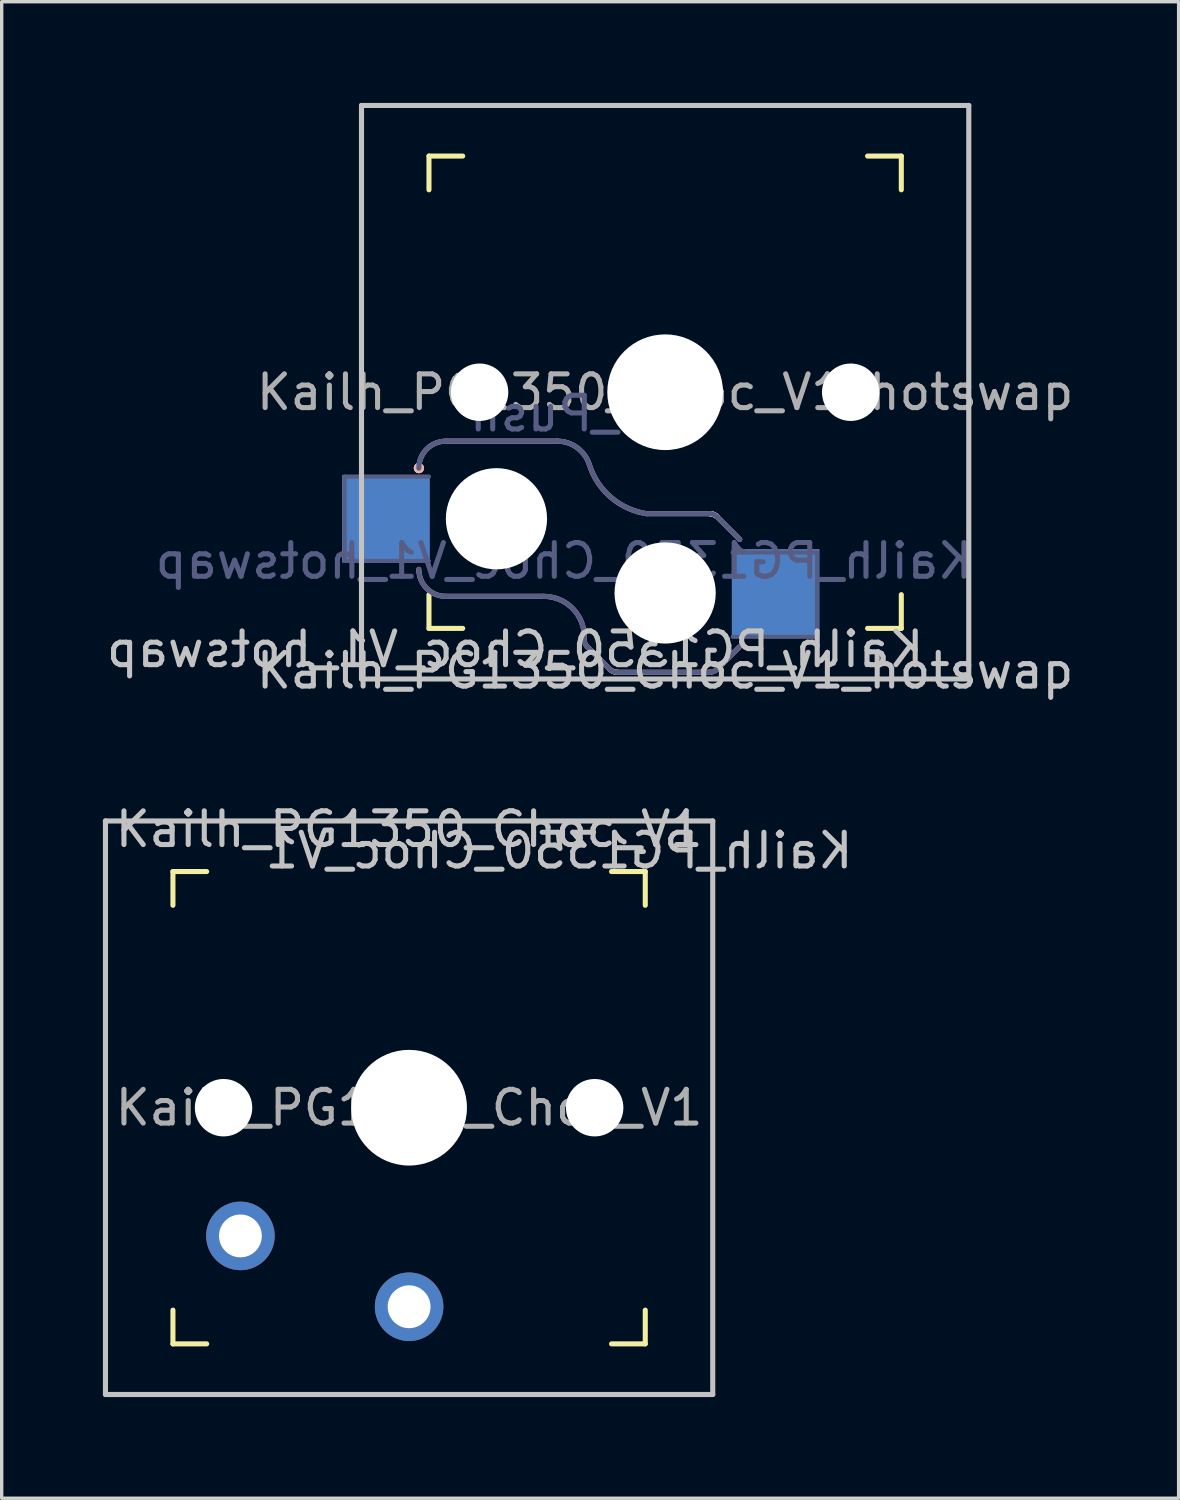
<source format=kicad_pcb>
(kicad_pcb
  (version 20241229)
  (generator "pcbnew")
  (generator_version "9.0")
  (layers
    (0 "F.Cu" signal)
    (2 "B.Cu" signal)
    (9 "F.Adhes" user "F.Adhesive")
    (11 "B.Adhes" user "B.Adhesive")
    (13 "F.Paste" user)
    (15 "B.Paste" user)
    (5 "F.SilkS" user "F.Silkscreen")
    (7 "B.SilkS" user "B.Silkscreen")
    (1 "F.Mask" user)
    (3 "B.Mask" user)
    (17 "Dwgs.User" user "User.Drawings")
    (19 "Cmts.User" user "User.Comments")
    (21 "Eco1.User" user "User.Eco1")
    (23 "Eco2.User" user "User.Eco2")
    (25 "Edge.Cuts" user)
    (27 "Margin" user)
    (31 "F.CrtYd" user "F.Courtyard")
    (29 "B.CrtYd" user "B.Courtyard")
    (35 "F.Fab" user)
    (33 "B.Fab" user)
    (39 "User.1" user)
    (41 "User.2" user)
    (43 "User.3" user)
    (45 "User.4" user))
  (footprint "Kailh_PG1350_Choc_V1_hotswap"
    (layer "F.Cu")
    (at 16.665 8.576)
    (property "Reference" "Kailh_PG1350_Choc_V1_hotswap" (at 0 8.255 180) (layer "Dwgs.User") (effects (font (size 1 1) (thickness 0.15))))
    (property "Value" "SW_Push" (at 0 -8.25 180) (layer "F.Fab") (hide yes) (effects (font (size 1 1) (thickness 0.15))))
    (attr through_hole)
    (fp_line (start -7 -6) (end -7 -7) (stroke (width 0.15) (type solid)) (layer "F.SilkS"))
    (fp_line (start -7 7) (end -7 6) (stroke (width 0.15) (type solid)) (layer "F.SilkS"))
    (fp_line (start -7 7) (end -6 7) (stroke (width 0.15) (type solid)) (layer "F.SilkS"))
    (fp_line (start -6 -7) (end -7 -7) (stroke (width 0.15) (type solid)) (layer "F.SilkS"))
    (fp_line (start 6 7) (end 7 7) (stroke (width 0.15) (type solid)) (layer "F.SilkS"))
    (fp_line (start 7 -7) (end 6 -7) (stroke (width 0.15) (type solid)) (layer "F.SilkS"))
    (fp_line (start 7 -7) (end 7 -6) (stroke (width 0.15) (type solid)) (layer "F.SilkS"))
    (fp_line (start 7 6) (end 7 7) (stroke (width 0.15) (type solid)) (layer "F.SilkS"))
    (fp_line (start -6.5 6.05) (end -3.6 6.05) (stroke (width 0.15) (type default)) (layer "B.SilkS"))
    (fp_line (start -3.2 1.45) (end -6.5 1.45) (stroke (width 0.15) (type default)) (layer "B.SilkS"))
    (fp_line (start -2.4 7.15) (end -2.4 7.326) (stroke (width 0.15) (type default)) (layer "B.SilkS"))
    (fp_line (start -2.312 7.538) (end -1.638 8.212) (stroke (width 0.15) (type default)) (layer "B.SilkS"))
    (fp_line (start -1.426 8.3) (end 1.326 8.3) (stroke (width 0.15) (type default)) (layer "B.SilkS"))
    (fp_line (start 1.326 3.6) (end -0.55 3.6) (stroke (width 0.15) (type default)) (layer "B.SilkS"))
    (fp_line (start 1.538 8.212) (end 2.2 7.55) (stroke (width 0.15) (type default)) (layer "B.SilkS"))
    (fp_line (start 2.212 4.362) (end 1.538 3.688) (stroke (width 0.15) (type default)) (layer "B.SilkS"))
    (fp_arc (start -7.3 2.249994) (mid -7.3 2.249994) (end -7.3 2.249994) (stroke (width 0.15) (type default)) (layer "B.SilkS"))
    (fp_arc (start -7.3 2.249994) (mid -7.3 2.249994) (end -7.3 2.249994) (stroke (width 0.15) (type default)) (layer "B.SilkS"))
    (fp_arc (start -7.3 2.25) (mid -7.3 2.25) (end -7.3 2.25) (stroke (width 0.15) (type default)) (layer "B.SilkS"))
    (fp_arc (start -7.3 2.25) (mid -7.3 2.25) (end -7.3 2.25) (stroke (width 0.15) (type default)) (layer "B.SilkS"))
    (fp_arc (start -7.3 2.25) (mid -7.065685 1.684315) (end -6.5 1.45) (stroke (width 0.15) (type default)) (layer "B.SilkS"))
    (fp_arc (start -6.5 6.05) (mid -7.065685 5.815685) (end -7.3 5.249999) (stroke (width 0.15) (type default)) (layer "B.SilkS"))
    (fp_arc (start -3.6 6.05) (mid -2.786057 6.366612) (end -2.4 7.150006) (stroke (width 0.15) (type default)) (layer "B.SilkS"))
    (fp_arc (start -3.2 1.45) (mid -2.607856 1.643732) (end -2.244732 2.15) (stroke (width 0.15) (type default)) (layer "B.SilkS"))
    (fp_arc (start -2.312132 7.537868) (mid -2.377164 7.440542) (end -2.4 7.325737) (stroke (width 0.15) (type default)) (layer "B.SilkS"))
    (fp_arc (start -1.425737 8.299994) (mid -1.540542 8.277158) (end -1.637868 8.212126) (stroke (width 0.15) (type default)) (layer "B.SilkS"))
    (fp_arc (start -1.425737 8.3) (mid -1.540542 8.277164) (end -1.637868 8.212132) (stroke (width 0.15) (type default)) (layer "B.SilkS"))
    (fp_arc (start -1.425737 8.3) (mid -1.540541 8.277164) (end -1.637867 8.212133) (stroke (width 0.15) (type default)) (layer "B.SilkS"))
    (fp_arc (start -0.55 3.599998) (mid -1.604683 3.117308) (end -2.244732 2.15) (stroke (width 0.15) (type default)) (layer "B.SilkS"))
    (fp_arc (start 1.325736 3.599994) (mid 1.440539 3.622832) (end 1.537867 3.687861) (stroke (width 0.15) (type default)) (layer "B.SilkS"))
    (fp_arc (start 1.325736 3.599994) (mid 1.440542 3.622829) (end 1.537868 3.687862) (stroke (width 0.15) (type default)) (layer "B.SilkS"))
    (fp_arc (start 1.325736 3.599994) (mid 1.440542 3.622829) (end 1.537868 3.687862) (stroke (width 0.15) (type default)) (layer "B.SilkS"))
    (fp_arc (start 1.325736 3.6) (mid 1.440539 3.622838) (end 1.537867 3.687867) (stroke (width 0.15) (type default)) (layer "B.SilkS"))
    (fp_arc (start 1.325736 3.6) (mid 1.440542 3.622835) (end 1.537868 3.687868) (stroke (width 0.15) (type default)) (layer "B.SilkS"))
    (fp_arc (start 1.325736 3.6) (mid 1.440542 3.622835) (end 1.537868 3.687868) (stroke (width 0.15) (type default)) (layer "B.SilkS"))
    (fp_arc (start 1.325736 3.6) (mid 1.440542 3.622835) (end 1.537868 3.687868) (stroke (width 0.15) (type default)) (layer "B.SilkS"))
    (fp_arc (start 1.537867 8.212133) (mid 1.440541 8.277163) (end 1.325737 8.3) (stroke (width 0.15) (type default)) (layer "B.SilkS"))
    (fp_line (start -9 -8.5) (end 9 -8.5) (stroke (width 0.152) (type solid)) (layer "Dwgs.User"))
    (fp_line (start -9 8.5) (end -9 -8.5) (stroke (width 0.152) (type solid)) (layer "Dwgs.User"))
    (fp_line (start 9 -8.5) (end 9 8.5) (stroke (width 0.152) (type solid)) (layer "Dwgs.User"))
    (fp_line (start 9 8.5) (end -9 8.5) (stroke (width 0.152) (type solid)) (layer "Dwgs.User"))
    (fp_line (start -6.9 6.9) (end -6.9 -6.9) (stroke (width 0.15) (type solid)) (layer "Eco2.User"))
    (fp_line (start -6.9 6.9) (end 6.9 6.9) (stroke (width 0.15) (type solid)) (layer "Eco2.User"))
    (fp_line (start -2.6 -6.325) (end -2.6 -3.125) (stroke (width 0.15) (type solid)) (layer "Eco2.User"))
    (fp_line (start -2.6 -3.125) (end 2.6 -3.125) (stroke (width 0.15) (type solid)) (layer "Eco2.User"))
    (fp_line (start 2.6 -6.325) (end -2.6 -6.325) (stroke (width 0.15) (type solid)) (layer "Eco2.User"))
    (fp_line (start 2.6 -6.325) (end 2.6 -3.125) (stroke (width 0.15) (type solid)) (layer "Eco2.User"))
    (fp_line (start 6.9 -6.9) (end -6.9 -6.9) (stroke (width 0.15) (type solid)) (layer "Eco2.User"))
    (fp_line (start 6.9 -6.9) (end 6.9 6.9) (stroke (width 0.15) (type solid)) (layer "Eco2.User"))
    (fp_line (start -9.5 2.5) (end -7 2.5) (stroke (width 0.12) (type solid)) (layer "B.Fab"))
    (fp_line (start -9.5 5) (end -9.5 2.5) (stroke (width 0.12) (type solid)) (layer "B.Fab"))
    (fp_line (start -7 5) (end -9.5 5) (stroke (width 0.12) (type solid)) (layer "B.Fab"))
    (fp_line (start -6.5 6.05) (end -3.6 6.05) (stroke (width 0.15) (type solid)) (layer "B.Fab"))
    (fp_line (start -3.2 1.45) (end -6.5 1.45) (stroke (width 0.15) (type solid)) (layer "B.Fab"))
    (fp_line (start -2.4 7.15) (end -2.4 7.326) (stroke (width 0.15) (type solid)) (layer "B.Fab"))
    (fp_line (start -2.312 7.538) (end -1.638 8.212) (stroke (width 0.15) (type solid)) (layer "B.Fab"))
    (fp_line (start -1.426 8.3) (end 1.326 8.3) (stroke (width 0.15) (type solid)) (layer "B.Fab"))
    (fp_line (start 1.326 3.6) (end -0.55 3.6) (stroke (width 0.15) (type solid)) (layer "B.Fab"))
    (fp_line (start 1.538 8.212) (end 2.2 7.55) (stroke (width 0.15) (type solid)) (layer "B.Fab"))
    (fp_line (start 2 4.75) (end 4.5 4.75) (stroke (width 0.12) (type solid)) (layer "B.Fab"))
    (fp_line (start 2.212 4.362) (end 1.538 3.688) (stroke (width 0.15) (type solid)) (layer "B.Fab"))
    (fp_line (start 4.5 4.75) (end 4.5 7.25) (stroke (width 0.12) (type solid)) (layer "B.Fab"))
    (fp_line (start 4.5 7.25) (end 2 7.25) (stroke (width 0.12) (type solid)) (layer "B.Fab"))
    (fp_arc (start -7.3 2.249994) (mid -7.065685 1.684309) (end -6.5 1.449994) (stroke (width 0.15) (type solid)) (layer "B.Fab"))
    (fp_arc (start -6.5 6.049994) (mid -7.065685 5.815679) (end -7.3 5.249993) (stroke (width 0.15) (type solid)) (layer "B.Fab"))
    (fp_arc (start -3.6 6.049994) (mid -2.786057 6.366606) (end -2.4 7.15) (stroke (width 0.15) (type solid)) (layer "B.Fab"))
    (fp_arc (start -3.2 1.449994) (mid -2.607856 1.643726) (end -2.244732 2.149994) (stroke (width 0.15) (type solid)) (layer "B.Fab"))
    (fp_arc (start -2.312132 7.537862) (mid -2.377164 7.440536) (end -2.4 7.325731) (stroke (width 0.15) (type solid)) (layer "B.Fab"))
    (fp_arc (start -1.425737 8.299994) (mid -1.540541 8.277158) (end -1.637867 8.212127) (stroke (width 0.15) (type solid)) (layer "B.Fab"))
    (fp_arc (start -0.55 3.599992) (mid -1.604683 3.117302) (end -2.244732 2.149994) (stroke (width 0.15) (type solid)) (layer "B.Fab"))
    (fp_arc (start 1.325736 3.599994) (mid 1.440542 3.622829) (end 1.537868 3.687862) (stroke (width 0.15) (type solid)) (layer "B.Fab"))
    (fp_arc (start 1.537867 8.212127) (mid 1.440541 8.277157) (end 1.325737 8.299994) (stroke (width 0.15) (type solid)) (layer "B.Fab"))
    (fp_text user "${REFERENCE}" (at -4.445 7.62 180) (layer "Dwgs.User") (effects (font (size 1 1) (thickness 0.15)) (justify mirror)))
    (fp_text user "${REFERENCE}" (at -3 5 0) (layer "B.Fab") (effects (font (size 1 1) (thickness 0.15)) (justify mirror)))
    (fp_text user "${VALUE}" (at -2.54 0.635 180) (layer "B.Fab") (effects (font (size 1 1) (thickness 0.15)) (justify mirror)))
    (fp_text user "${REFERENCE}" (at 0 0 180) (layer "F.Fab") (effects (font (size 1 1) (thickness 0.15))))
    (pad "" np_thru_hole circle (at -5.5 0 180) (size 1.702 1.702) (drill 1.702) (layers "*.Cu" "*.Mask"))
    (pad "" np_thru_hole circle (at -5 3.75 180) (size 3 3) (drill 3) (layers "*.Cu" "*.Mask"))
    (pad "" np_thru_hole circle (at 0 0 180) (size 3.429 3.429) (drill 3.429) (layers "*.Cu" "*.Mask"))
    (pad "" np_thru_hole circle (at 0 5.95 180) (size 3 3) (drill 3) (layers "*.Cu" "*.Mask"))
    (pad "" np_thru_hole circle (at 5.5 0 180) (size 1.702 1.702) (drill 1.702) (layers "*.Cu" "*.Mask"))
    (pad "1" smd rect (at 3.275 5.95 180) (size 2.6 2.6) (layers "B.Cu" "B.Mask" "B.Paste"))
    (pad "2" smd rect (at -8.275 3.75 180) (size 2.6 2.6) (layers "B.Cu" "B.Mask" "B.Paste")))
  (footprint "Kailh_PG1350_Choc_V1"
    (layer "F.Cu")
    (at 9.076 29.783)
    (property "Reference" "Kailh_PG1350_Choc_V1" (at 0 -8.255 0) (layer "Dwgs.User") (effects (font (size 1 1) (thickness 0.15))))
    (attr through_hole)
    (fp_line (start -7 -6) (end -7 -7) (stroke (width 0.15) (type solid)) (layer "F.SilkS"))
    (fp_line (start -7 7) (end -7 6) (stroke (width 0.15) (type solid)) (layer "F.SilkS"))
    (fp_line (start -7 7) (end -6 7) (stroke (width 0.15) (type solid)) (layer "F.SilkS"))
    (fp_line (start -6 -7) (end -7 -7) (stroke (width 0.15) (type solid)) (layer "F.SilkS"))
    (fp_line (start 6 7) (end 7 7) (stroke (width 0.15) (type solid)) (layer "F.SilkS"))
    (fp_line (start 7 -7) (end 6 -7) (stroke (width 0.15) (type solid)) (layer "F.SilkS"))
    (fp_line (start 7 -7) (end 7 -6) (stroke (width 0.15) (type solid)) (layer "F.SilkS"))
    (fp_line (start 7 6) (end 7 7) (stroke (width 0.15) (type solid)) (layer "F.SilkS"))
    (fp_line (start -9 -8.5) (end 9 -8.5) (stroke (width 0.152) (type solid)) (layer "Dwgs.User"))
    (fp_line (start -9 8.5) (end -9 -8.5) (stroke (width 0.152) (type solid)) (layer "Dwgs.User"))
    (fp_line (start 9 -8.5) (end 9 8.5) (stroke (width 0.152) (type solid)) (layer "Dwgs.User"))
    (fp_line (start 9 8.5) (end -9 8.5) (stroke (width 0.152) (type solid)) (layer "Dwgs.User"))
    (fp_line (start -6.9 6.9) (end -6.9 -6.9) (stroke (width 0.15) (type solid)) (layer "Eco2.User"))
    (fp_line (start -6.9 6.9) (end 6.9 6.9) (stroke (width 0.15) (type solid)) (layer "Eco2.User"))
    (fp_line (start -2.6 -3.1) (end -2.6 -6.3) (stroke (width 0.15) (type solid)) (layer "Eco2.User"))
    (fp_line (start -2.6 -3.1) (end 2.6 -3.1) (stroke (width 0.15) (type solid)) (layer "Eco2.User"))
    (fp_line (start 2.6 -6.3) (end -2.6 -6.3) (stroke (width 0.15) (type solid)) (layer "Eco2.User"))
    (fp_line (start 2.6 -3.1) (end 2.6 -6.3) (stroke (width 0.15) (type solid)) (layer "Eco2.User"))
    (fp_line (start 6.9 -6.9) (end -6.9 -6.9) (stroke (width 0.15) (type solid)) (layer "Eco2.User"))
    (fp_line (start 6.9 -6.9) (end 6.9 6.9) (stroke (width 0.15) (type solid)) (layer "Eco2.User"))
    (fp_text user "${REFERENCE}" (at 4.445 -7.62 0) (layer "Dwgs.User") (effects (font (size 1 1) (thickness 0.15)) (justify mirror)))
    (fp_text user "${REFERENCE}" (at 0 0 0) (layer "F.Fab") (effects (font (size 1 1) (thickness 0.15))))
    (pad "" np_thru_hole circle (at -5.5 0) (size 1.702 1.702) (drill 1.702) (layers "*.Cu" "*.Mask"))
    (pad "" np_thru_hole circle (at 0 0) (size 3.429 3.429) (drill 3.429) (layers "*.Cu" "*.Mask"))
    (pad "" np_thru_hole circle (at 5.5 0) (size 1.702 1.702) (drill 1.702) (layers "*.Cu" "*.Mask"))
    (pad "1" thru_hole circle (at 0 5.9) (size 2.032 2.032) (drill 1.27) (layers "*.Cu" "*.Mask"))
    (pad "2" thru_hole circle (at -5 3.8) (size 2.032 2.032) (drill 1.27) (layers "*.Cu" "*.Mask")))
  (gr_rect
    (start -3 -3)
    (end 31.885 41.359)
    (stroke (width 0.1) (type default))
    (fill no)
    (layer "Edge.Cuts")))
</source>
